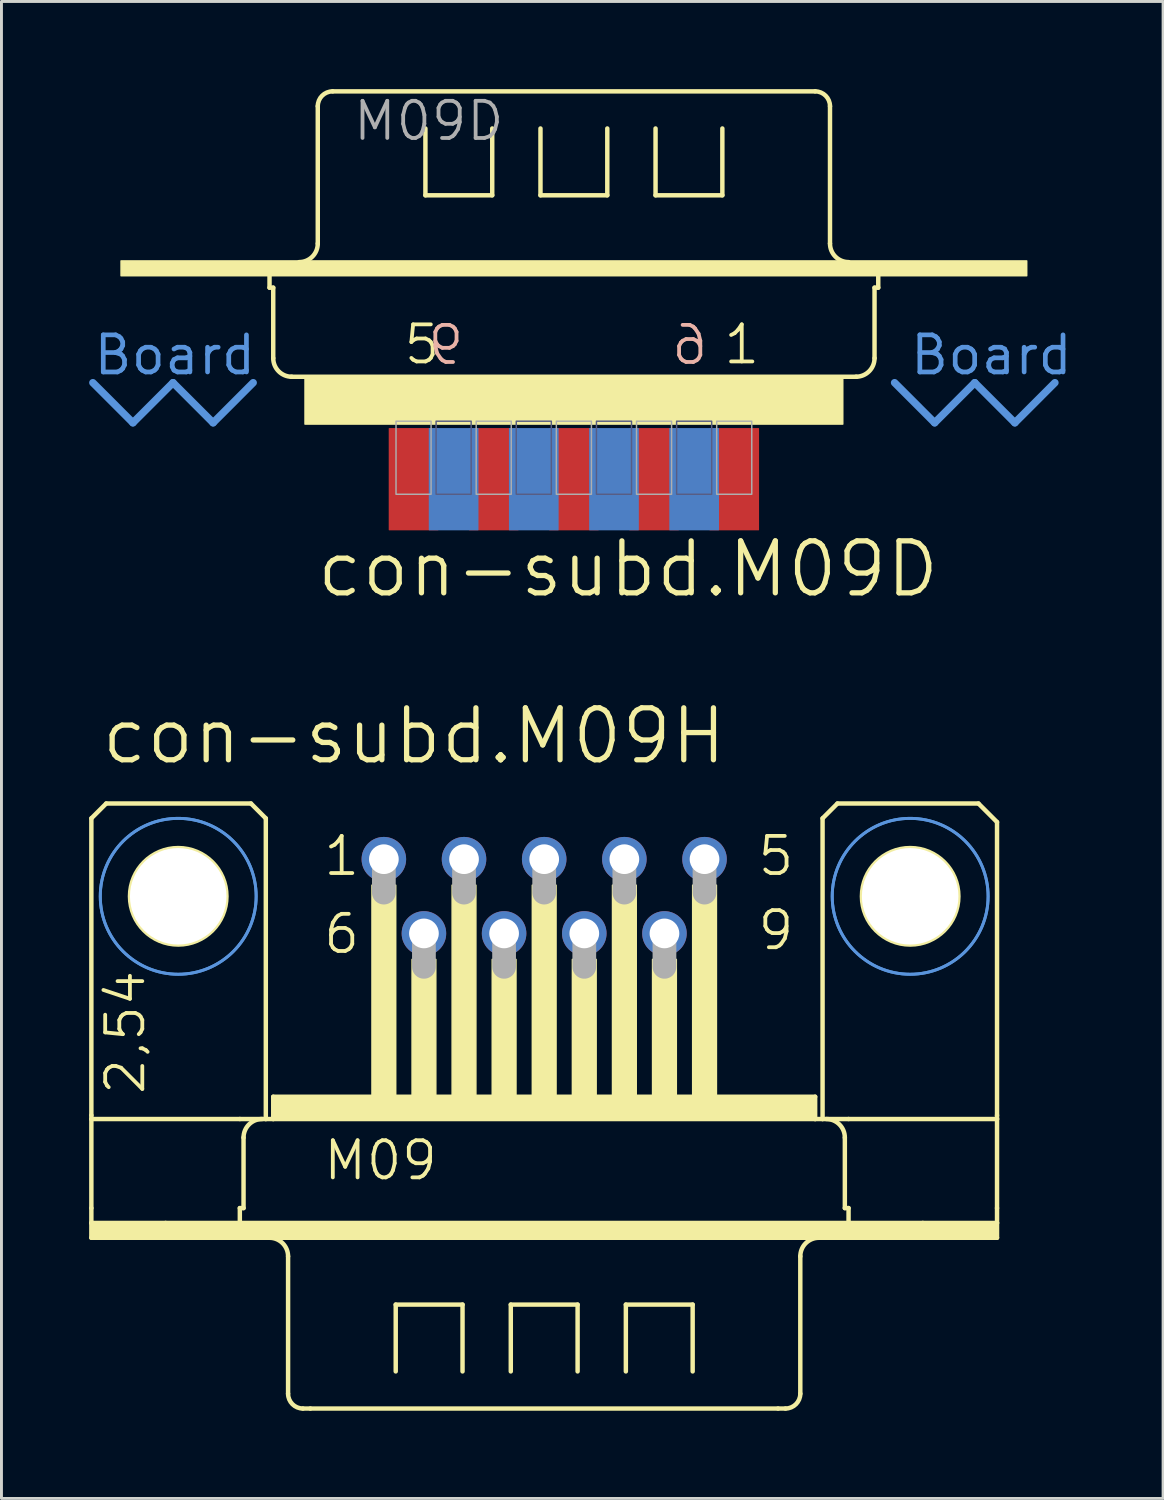
<source format=kicad_pcb>
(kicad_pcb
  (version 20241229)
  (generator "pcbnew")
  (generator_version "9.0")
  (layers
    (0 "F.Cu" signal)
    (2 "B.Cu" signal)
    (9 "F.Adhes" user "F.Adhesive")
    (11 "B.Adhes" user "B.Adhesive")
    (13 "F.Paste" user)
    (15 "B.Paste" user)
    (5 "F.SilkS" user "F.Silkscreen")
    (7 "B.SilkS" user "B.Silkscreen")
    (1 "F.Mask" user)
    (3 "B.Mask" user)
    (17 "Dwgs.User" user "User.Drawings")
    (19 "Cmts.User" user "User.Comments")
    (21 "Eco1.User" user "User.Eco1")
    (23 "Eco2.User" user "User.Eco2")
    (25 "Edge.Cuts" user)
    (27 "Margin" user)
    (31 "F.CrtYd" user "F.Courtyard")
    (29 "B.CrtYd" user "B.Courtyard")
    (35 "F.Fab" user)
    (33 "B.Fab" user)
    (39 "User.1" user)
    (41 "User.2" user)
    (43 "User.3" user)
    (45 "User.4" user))
  (footprint "con-subd.M09H"
    (layer "F.Cu")
    (at 15.57 27.618)
    (property "Reference" "con-subd.M09H" (at -15.24 -4.445 0) (layer "F.SilkS") (effects (font (size 1.778 1.778) (thickness 0.18)) (justify left bottom)))
    (attr through_hole)
    (fp_line (start -15.494 -2.667) (end -15.494 7.493) (stroke (width 0.152) (type default)) (layer "F.SilkS"))
    (fp_line (start -15.494 7.62) (end -15.494 7.493) (stroke (width 0.152) (type default)) (layer "F.SilkS"))
    (fp_line (start -15.494 10.668) (end -15.494 7.62) (stroke (width 0.152) (type default)) (layer "F.SilkS"))
    (fp_line (start -15.494 11.176) (end -15.494 10.668) (stroke (width 0.152) (type default)) (layer "F.SilkS"))
    (fp_line (start -15.494 11.684) (end -15.494 11.176) (stroke (width 0.152) (type default)) (layer "F.SilkS"))
    (fp_line (start -14.986 -3.175) (end -15.494 -2.667) (stroke (width 0.152) (type default)) (layer "F.SilkS"))
    (fp_line (start -12.954 11.176) (end -15.494 11.176) (stroke (width 0.152) (type default)) (layer "F.SilkS"))
    (fp_line (start -10.414 7.62) (end -15.494 7.62) (stroke (width 0.152) (type default)) (layer "F.SilkS"))
    (fp_line (start -10.414 10.668) (end -10.414 11.176) (stroke (width 0.152) (type default)) (layer "F.SilkS"))
    (fp_line (start -10.414 11.176) (end -12.954 11.176) (stroke (width 0.152) (type default)) (layer "F.SilkS"))
    (fp_line (start -10.287 8.255) (end -10.287 10.668) (stroke (width 0.152) (type default)) (layer "F.SilkS"))
    (fp_line (start -10.287 10.668) (end -10.414 10.668) (stroke (width 0.152) (type default)) (layer "F.SilkS"))
    (fp_line (start -10.033 -3.175) (end -14.986 -3.175) (stroke (width 0.152) (type default)) (layer "F.SilkS"))
    (fp_line (start -9.525 -2.667) (end -10.033 -3.175) (stroke (width 0.152) (type default)) (layer "F.SilkS"))
    (fp_line (start -9.525 -2.667) (end -9.525 7.62) (stroke (width 0.152) (type default)) (layer "F.SilkS"))
    (fp_line (start -9.525 7.62) (end -10.414 7.62) (stroke (width 0.152) (type default)) (layer "F.SilkS"))
    (fp_line (start -9.271 7.62) (end -9.525 7.62) (stroke (width 0.152) (type default)) (layer "F.SilkS"))
    (fp_line (start -9.271 7.62) (end -9.271 6.858) (stroke (width 0.152) (type default)) (layer "F.SilkS"))
    (fp_line (start -8.763 12.319) (end -8.763 17.018) (stroke (width 0.152) (type default)) (layer "F.SilkS"))
    (fp_line (start -8.382 11.684) (end -15.494 11.684) (stroke (width 0.152) (type default)) (layer "F.SilkS"))
    (fp_line (start -8.001 17.526) (end -8.255 17.526) (stroke (width 0.152) (type default)) (layer "F.SilkS"))
    (fp_line (start -5.08 13.97) (end -2.794 13.97) (stroke (width 0.152) (type default)) (layer "F.SilkS"))
    (fp_line (start -5.08 16.256) (end -5.08 13.97) (stroke (width 0.152) (type default)) (layer "F.SilkS"))
    (fp_line (start -2.794 13.97) (end -2.794 16.256) (stroke (width 0.152) (type default)) (layer "F.SilkS"))
    (fp_line (start -1.143 13.97) (end 1.143 13.97) (stroke (width 0.152) (type default)) (layer "F.SilkS"))
    (fp_line (start -1.143 16.256) (end -1.143 13.97) (stroke (width 0.152) (type default)) (layer "F.SilkS"))
    (fp_line (start 1.143 13.97) (end 1.143 16.256) (stroke (width 0.152) (type default)) (layer "F.SilkS"))
    (fp_line (start 2.794 13.97) (end 5.08 13.97) (stroke (width 0.152) (type default)) (layer "F.SilkS"))
    (fp_line (start 2.794 16.256) (end 2.794 13.97) (stroke (width 0.152) (type default)) (layer "F.SilkS"))
    (fp_line (start 5.08 13.97) (end 5.08 16.256) (stroke (width 0.152) (type default)) (layer "F.SilkS"))
    (fp_line (start 8.001 17.526) (end -8.001 17.526) (stroke (width 0.152) (type default)) (layer "F.SilkS"))
    (fp_line (start 8.255 17.526) (end 8.001 17.526) (stroke (width 0.152) (type default)) (layer "F.SilkS"))
    (fp_line (start 8.382 11.684) (end -8.382 11.684) (stroke (width 0.152) (type default)) (layer "F.SilkS"))
    (fp_line (start 8.763 12.319) (end 8.763 17.018) (stroke (width 0.152) (type default)) (layer "F.SilkS"))
    (fp_line (start 9.271 6.858) (end -9.271 6.858) (stroke (width 0.152) (type default)) (layer "F.SilkS"))
    (fp_line (start 9.271 7.62) (end -9.271 7.62) (stroke (width 0.152) (type default)) (layer "F.SilkS"))
    (fp_line (start 9.271 7.62) (end 9.271 6.858) (stroke (width 0.152) (type default)) (layer "F.SilkS"))
    (fp_line (start 9.525 -2.667) (end 9.525 7.62) (stroke (width 0.152) (type default)) (layer "F.SilkS"))
    (fp_line (start 9.525 7.62) (end 9.271 7.62) (stroke (width 0.152) (type default)) (layer "F.SilkS"))
    (fp_line (start 10.033 -3.175) (end 9.525 -2.667) (stroke (width 0.152) (type default)) (layer "F.SilkS"))
    (fp_line (start 10.033 -3.175) (end 14.859 -3.175) (stroke (width 0.152) (type default)) (layer "F.SilkS"))
    (fp_line (start 10.287 8.255) (end 10.287 10.668) (stroke (width 0.152) (type default)) (layer "F.SilkS"))
    (fp_line (start 10.414 7.62) (end 9.525 7.62) (stroke (width 0.152) (type default)) (layer "F.SilkS"))
    (fp_line (start 10.414 10.668) (end 10.287 10.668) (stroke (width 0.152) (type default)) (layer "F.SilkS"))
    (fp_line (start 10.414 10.668) (end 10.414 11.176) (stroke (width 0.152) (type default)) (layer "F.SilkS"))
    (fp_line (start 10.414 11.176) (end -10.414 11.176) (stroke (width 0.152) (type default)) (layer "F.SilkS"))
    (fp_line (start 12.954 11.176) (end 10.414 11.176) (stroke (width 0.152) (type default)) (layer "F.SilkS"))
    (fp_line (start 14.859 -3.175) (end 15.494 -2.54) (stroke (width 0.152) (type default)) (layer "F.SilkS"))
    (fp_line (start 15.494 -2.54) (end 15.494 7.493) (stroke (width 0.152) (type default)) (layer "F.SilkS"))
    (fp_line (start 15.494 7.62) (end 10.414 7.62) (stroke (width 0.152) (type default)) (layer "F.SilkS"))
    (fp_line (start 15.494 7.62) (end 15.494 7.493) (stroke (width 0.152) (type default)) (layer "F.SilkS"))
    (fp_line (start 15.494 7.62) (end 15.494 10.668) (stroke (width 0.152) (type default)) (layer "F.SilkS"))
    (fp_line (start 15.494 10.668) (end 15.494 11.176) (stroke (width 0.152) (type default)) (layer "F.SilkS"))
    (fp_line (start 15.494 11.176) (end 12.954 11.176) (stroke (width 0.152) (type default)) (layer "F.SilkS"))
    (fp_line (start 15.494 11.176) (end 15.494 11.684) (stroke (width 0.152) (type default)) (layer "F.SilkS"))
    (fp_line (start 15.494 11.684) (end 8.382 11.684) (stroke (width 0.152) (type default)) (layer "F.SilkS"))
    (fp_rect (start -15.494 11.684) (end 15.494 11.176) (stroke (width 0.05) (type default)) (fill yes) (layer "F.SilkS"))
    (fp_rect (start -9.271 7.62) (end 9.271 6.858) (stroke (width 0.05) (type default)) (fill yes) (layer "F.SilkS"))
    (fp_rect (start -5.893 6.858) (end -5.08 -0.381) (stroke (width 0.05) (type default)) (fill yes) (layer "F.SilkS"))
    (fp_rect (start -4.521 6.858) (end -3.708 2.159) (stroke (width 0.05) (type default)) (fill yes) (layer "F.SilkS"))
    (fp_rect (start -3.15 6.858) (end -2.337 -0.381) (stroke (width 0.05) (type default)) (fill yes) (layer "F.SilkS"))
    (fp_rect (start -1.778 6.858) (end -0.965 2.159) (stroke (width 0.05) (type default)) (fill yes) (layer "F.SilkS"))
    (fp_rect (start -0.406 6.858) (end 0.406 -0.381) (stroke (width 0.05) (type default)) (fill yes) (layer "F.SilkS"))
    (fp_rect (start 0.965 6.858) (end 1.778 2.159) (stroke (width 0.05) (type default)) (fill yes) (layer "F.SilkS"))
    (fp_rect (start 2.337 6.858) (end 3.15 -0.381) (stroke (width 0.05) (type default)) (fill yes) (layer "F.SilkS"))
    (fp_rect (start 3.708 6.858) (end 4.521 2.159) (stroke (width 0.05) (type default)) (fill yes) (layer "F.SilkS"))
    (fp_rect (start 5.08 6.858) (end 5.893 -0.381) (stroke (width 0.05) (type default)) (fill yes) (layer "F.SilkS"))
    (fp_arc (start -10.287 8.255) (mid -10.101013 7.805987) (end -9.652 7.62) (stroke (width 0.1524) (type default)) (layer "F.SilkS"))
    (fp_arc (start -9.398 11.684) (mid -8.948987 11.869987) (end -8.763 12.319) (stroke (width 0.1524) (type default)) (layer "F.SilkS"))
    (fp_arc (start -8.255 17.526) (mid -8.61421 17.37721) (end -8.763 17.018) (stroke (width 0.1524) (type default)) (layer "F.SilkS"))
    (fp_arc (start 8.763 12.319) (mid 8.948987 11.869987) (end 9.398 11.684) (stroke (width 0.1524) (type default)) (layer "F.SilkS"))
    (fp_arc (start 8.763 17.018) (mid 8.61421 17.37721) (end 8.255 17.526) (stroke (width 0.1524) (type default)) (layer "F.SilkS"))
    (fp_arc (start 9.652 7.62) (mid 10.101013 7.805987) (end 10.287 8.255) (stroke (width 0.1524) (type default)) (layer "F.SilkS"))
    (fp_circle (center -12.522 0) (end -10.871 0) (stroke (width 0.152) (type default)) (fill no) (layer "F.SilkS"))
    (fp_circle (center 12.522 0) (end 14.173 0) (stroke (width 0.152) (type default)) (fill no) (layer "F.SilkS"))
    (fp_circle (center -12.522 0) (end -9.855 0) (stroke (width 0.1) (type default)) (fill no) (layer "Cmts.User"))
    (fp_circle (center -12.522 0) (end -9.855 0) (stroke (width 0.1) (type default)) (fill no) (layer "Cmts.User"))
    (fp_circle (center 12.522 0) (end 15.189 0) (stroke (width 0.1) (type default)) (fill no) (layer "Cmts.User"))
    (fp_circle (center 12.522 0) (end 15.189 0) (stroke (width 0.1) (type default)) (fill no) (layer "Cmts.User"))
    (fp_line (start -5.486 -1.143) (end -5.486 -0.127) (stroke (width 0.813) (type default)) (layer "F.Fab"))
    (fp_line (start -4.115 1.397) (end -4.115 2.413) (stroke (width 0.813) (type default)) (layer "F.Fab"))
    (fp_line (start -2.743 -1.143) (end -2.743 -0.127) (stroke (width 0.813) (type default)) (layer "F.Fab"))
    (fp_line (start -1.372 1.397) (end -1.372 2.413) (stroke (width 0.813) (type default)) (layer "F.Fab"))
    (fp_line (start 0 -1.143) (end 0 -0.127) (stroke (width 0.813) (type default)) (layer "F.Fab"))
    (fp_line (start 1.372 1.397) (end 1.372 2.413) (stroke (width 0.813) (type default)) (layer "F.Fab"))
    (fp_line (start 2.743 -1.143) (end 2.743 -0.127) (stroke (width 0.813) (type default)) (layer "F.Fab"))
    (fp_line (start 4.115 1.397) (end 4.115 2.413) (stroke (width 0.813) (type default)) (layer "F.Fab"))
    (fp_line (start 5.486 -1.143) (end 5.486 -0.127) (stroke (width 0.813) (type default)) (layer "F.Fab"))
    (fp_text user "5" (at 7.239 -0.635 0) (layer "F.SilkS") (effects (font (size 1.27 1.27) (thickness 0.13)) (justify left bottom)))
    (fp_text user "M09" (at -7.62 9.779 0) (layer "F.SilkS") (effects (font (size 1.27 1.27) (thickness 0.13)) (justify left bottom)))
    (fp_text user "1" (at -7.62 -0.635 0) (layer "F.SilkS") (effects (font (size 1.27 1.27) (thickness 0.13)) (justify left bottom)))
    (fp_text user "6" (at -7.62 2.032 0) (layer "F.SilkS") (effects (font (size 1.27 1.27) (thickness 0.13)) (justify left bottom)))
    (fp_text user "9" (at 7.239 1.905 0) (layer "F.SilkS") (effects (font (size 1.27 1.27) (thickness 0.13)) (justify left bottom)))
    (fp_text user "2,54" (at -13.589 6.858 90) (layer "F.SilkS") (effects (font (size 1.27 1.27) (thickness 0.13)) (justify left bottom)))
    (pad "" np_thru_hole circle (at -12.522 0) (size 3.302 3.302) (drill 3.302) (layers "*.Cu" "*.Mask"))
    (pad "" np_thru_hole circle (at 12.522 0) (size 3.302 3.302) (drill 3.302) (layers "*.Cu" "*.Mask"))
    (pad "1" thru_hole circle (at -5.486 -1.27) (size 1.524 1.524) (drill 1.016) (layers "*.Cu" "*.Mask"))
    (pad "2" thru_hole circle (at -2.743 -1.27) (size 1.524 1.524) (drill 1.016) (layers "*.Cu" "*.Mask"))
    (pad "3" thru_hole circle (at 0 -1.27) (size 1.524 1.524) (drill 1.016) (layers "*.Cu" "*.Mask"))
    (pad "4" thru_hole circle (at 2.743 -1.27) (size 1.524 1.524) (drill 1.016) (layers "*.Cu" "*.Mask"))
    (pad "5" thru_hole circle (at 5.486 -1.27) (size 1.524 1.524) (drill 1.016) (layers "*.Cu" "*.Mask"))
    (pad "6" thru_hole circle (at -4.115 1.27) (size 1.524 1.524) (drill 1.016) (layers "*.Cu" "*.Mask"))
    (pad "7" thru_hole circle (at -1.372 1.27) (size 1.524 1.524) (drill 1.016) (layers "*.Cu" "*.Mask"))
    (pad "8" thru_hole circle (at 1.372 1.27) (size 1.524 1.524) (drill 1.016) (layers "*.Cu" "*.Mask"))
    (pad "9" thru_hole circle (at 4.115 1.27) (size 1.524 1.524) (drill 1.016) (layers "*.Cu" "*.Mask")))
  (footprint "con-subd.M09D"
    (layer "F.Cu")
    (at 16.586 7.301)
    (property "Reference" "con-subd.M09D" (at -8.89 10.16 0) (layer "F.SilkS") (effects (font (size 1.778 1.778) (thickness 0.18)) (justify left bottom)))
    (attr smd)
    (fp_line (start -10.414 -0.508) (end -10.414 -1.016) (stroke (width 0.152) (type default)) (layer "F.SilkS"))
    (fp_line (start -10.414 -0.508) (end -10.287 -0.508) (stroke (width 0.152) (type default)) (layer "F.SilkS"))
    (fp_line (start -10.287 1.905) (end -10.287 -0.508) (stroke (width 0.152) (type default)) (layer "F.SilkS"))
    (fp_line (start -9.671 2.54) (end 9.671 2.54) (stroke (width 0.152) (type default)) (layer "F.SilkS"))
    (fp_line (start -8.763 -2.018) (end -8.763 -6.717) (stroke (width 0.152) (type default)) (layer "F.SilkS"))
    (fp_line (start -8.255 -7.225) (end 8.255 -7.225) (stroke (width 0.152) (type default)) (layer "F.SilkS"))
    (fp_line (start -5.08 -3.669) (end -5.08 -5.955) (stroke (width 0.152) (type default)) (layer "F.SilkS"))
    (fp_line (start -2.794 -5.955) (end -2.794 -3.669) (stroke (width 0.152) (type default)) (layer "F.SilkS"))
    (fp_line (start -2.794 -3.669) (end -5.08 -3.669) (stroke (width 0.152) (type default)) (layer "F.SilkS"))
    (fp_line (start -1.143 -3.669) (end -1.143 -5.955) (stroke (width 0.152) (type default)) (layer "F.SilkS"))
    (fp_line (start 1.143 -5.955) (end 1.143 -3.669) (stroke (width 0.152) (type default)) (layer "F.SilkS"))
    (fp_line (start 1.143 -3.669) (end -1.143 -3.669) (stroke (width 0.152) (type default)) (layer "F.SilkS"))
    (fp_line (start 2.794 -3.669) (end 2.794 -5.955) (stroke (width 0.152) (type default)) (layer "F.SilkS"))
    (fp_line (start 5.08 -5.955) (end 5.08 -3.669) (stroke (width 0.152) (type default)) (layer "F.SilkS"))
    (fp_line (start 5.08 -3.669) (end 2.794 -3.669) (stroke (width 0.152) (type default)) (layer "F.SilkS"))
    (fp_line (start 8.763 -2.018) (end 8.763 -6.717) (stroke (width 0.152) (type default)) (layer "F.SilkS"))
    (fp_line (start 10.287 -0.508) (end 10.414 -0.508) (stroke (width 0.152) (type default)) (layer "F.SilkS"))
    (fp_line (start 10.287 1.905) (end 10.287 -0.508) (stroke (width 0.152) (type default)) (layer "F.SilkS"))
    (fp_line (start 10.414 -0.508) (end 10.414 -1.016) (stroke (width 0.152) (type default)) (layer "F.SilkS"))
    (fp_rect (start -15.494 -0.916) (end 15.494 -1.424) (stroke (width 0.05) (type default)) (fill yes) (layer "F.SilkS"))
    (fp_rect (start -9.2 4.16) (end 9.2 2.56) (stroke (width 0.05) (type default)) (fill yes) (layer "F.SilkS"))
    (fp_arc (start -9.652 2.54) (mid -10.101013 2.354013) (end -10.287 1.905) (stroke (width 0.1524) (type default)) (layer "F.SilkS"))
    (fp_arc (start -8.763 -6.717) (mid -8.61421 -7.07621) (end -8.255 -7.225) (stroke (width 0.1524) (type default)) (layer "F.SilkS"))
    (fp_arc (start -8.763 -2.018) (mid -8.948987 -1.568987) (end -9.398 -1.383) (stroke (width 0.1524) (type default)) (layer "F.SilkS"))
    (fp_arc (start 8.255 -7.225) (mid 8.61421 -7.07621) (end 8.763 -6.717) (stroke (width 0.1524) (type default)) (layer "F.SilkS"))
    (fp_arc (start 9.398 -1.383) (mid 8.948987 -1.568987) (end 8.763 -2.018) (stroke (width 0.1524) (type default)) (layer "F.SilkS"))
    (fp_arc (start 10.287 1.905) (mid 10.101013 2.354013) (end 9.652 2.54) (stroke (width 0.1524) (type default)) (layer "F.SilkS"))
    (fp_line (start -16.459 2.743) (end -15.088 4.115) (stroke (width 0.254) (type default)) (layer "Cmts.User"))
    (fp_line (start -15.088 4.115) (end -13.716 2.743) (stroke (width 0.254) (type default)) (layer "Cmts.User"))
    (fp_line (start -13.716 2.743) (end -12.344 4.115) (stroke (width 0.254) (type default)) (layer "Cmts.User"))
    (fp_line (start -12.344 4.115) (end -10.973 2.743) (stroke (width 0.254) (type default)) (layer "Cmts.User"))
    (fp_line (start 10.973 2.743) (end 12.344 4.115) (stroke (width 0.254) (type default)) (layer "Cmts.User"))
    (fp_line (start 12.344 4.115) (end 13.716 2.743) (stroke (width 0.254) (type default)) (layer "Cmts.User"))
    (fp_line (start 13.716 2.743) (end 15.088 4.115) (stroke (width 0.254) (type default)) (layer "Cmts.User"))
    (fp_line (start 15.088 4.115) (end 16.459 2.743) (stroke (width 0.254) (type default)) (layer "Cmts.User"))
    (fp_rect (start -4.715 6.56) (end -3.515 4.06) (stroke (width 0.05) (type default)) (fill no) (layer "B.Fab"))
    (fp_rect (start -1.972 6.56) (end -0.772 4.06) (stroke (width 0.05) (type default)) (fill no) (layer "B.Fab"))
    (fp_rect (start 0.772 6.56) (end 1.972 4.06) (stroke (width 0.05) (type default)) (fill no) (layer "B.Fab"))
    (fp_rect (start 3.515 6.56) (end 4.715 4.06) (stroke (width 0.05) (type default)) (fill no) (layer "B.Fab"))
    (fp_rect (start -6.086 6.56) (end -4.886 4.06) (stroke (width 0.05) (type default)) (fill no) (layer "F.Fab"))
    (fp_rect (start -3.343 6.56) (end -2.143 4.06) (stroke (width 0.05) (type default)) (fill no) (layer "F.Fab"))
    (fp_rect (start -0.6 6.56) (end 0.6 4.06) (stroke (width 0.05) (type default)) (fill no) (layer "F.Fab"))
    (fp_rect (start 2.143 6.56) (end 3.343 4.06) (stroke (width 0.05) (type default)) (fill no) (layer "F.Fab"))
    (fp_rect (start 4.886 6.56) (end 6.086 4.06) (stroke (width 0.05) (type default)) (fill no) (layer "F.Fab"))
    (fp_text user "5" (at -5.888 2.179 0) (layer "F.SilkS") (effects (font (size 1.27 1.27) (thickness 0.13)) (justify left bottom)))
    (fp_text user "1" (at 5.053 2.179 0) (layer "F.SilkS") (effects (font (size 1.27 1.27) (thickness 0.13)) (justify left bottom)))
    (fp_text user "9" (at -3.688 2.197 0) (layer "B.SilkS") (effects (font (size 1.27 1.27) (thickness 0.13)) (justify left bottom mirror)))
    (fp_text user "6" (at 4.653 2.197 0) (layer "B.SilkS") (effects (font (size 1.27 1.27) (thickness 0.13)) (justify left bottom mirror)))
    (fp_text user "Board" (at 11.43 2.54 0) (layer "Cmts.User") (effects (font (size 1.27 1.27) (thickness 0.16)) (justify left bottom)))
    (fp_text user "Board " (at -16.51 2.54 0) (layer "Cmts.User") (effects (font (size 1.27 1.27) (thickness 0.16)) (justify left bottom)))
    (fp_text user "M09D" (at -7.62 -5.469 0) (layer "F.Fab") (effects (font (size 1.27 1.27) (thickness 0.13)) (justify left bottom)))
    (pad "1" smd roundrect (at 5.486 6.045) (size 1.7 3.5) (layers "F.Cu" "F.Mask" "F.Paste") (roundrect_rratio 0.01))
    (pad "2" smd roundrect (at 2.743 6.045) (size 1.7 3.5) (layers "F.Cu" "F.Mask" "F.Paste") (roundrect_rratio 0.01))
    (pad "3" smd roundrect (at 0 6.045) (size 1.7 3.5) (layers "F.Cu" "F.Mask" "F.Paste") (roundrect_rratio 0.01))
    (pad "4" smd roundrect (at -2.743 6.045) (size 1.7 3.5) (layers "F.Cu" "F.Mask" "F.Paste") (roundrect_rratio 0.01))
    (pad "5" smd roundrect (at -5.486 6.045) (size 1.7 3.5) (layers "F.Cu" "F.Mask" "F.Paste") (roundrect_rratio 0.01))
    (pad "6" smd roundrect (at 4.115 6.045) (size 1.7 3.5) (layers "B.Cu" "B.Mask" "B.Paste") (roundrect_rratio 0.01))
    (pad "7" smd roundrect (at 1.372 6.045) (size 1.7 3.5) (layers "B.Cu" "B.Mask" "B.Paste") (roundrect_rratio 0.01))
    (pad "8" smd roundrect (at -1.372 6.045) (size 1.7 3.5) (layers "B.Cu" "B.Mask" "B.Paste") (roundrect_rratio 0.01))
    (pad "9" smd roundrect (at -4.115 6.045) (size 1.7 3.5) (layers "B.Cu" "B.Mask" "B.Paste") (roundrect_rratio 0.01)))
  (gr_rect
    (start -3 -3)
    (end 36.746 48.22)
    (stroke (width 0.1) (type default))
    (fill no)
    (layer "Edge.Cuts")))
</source>
